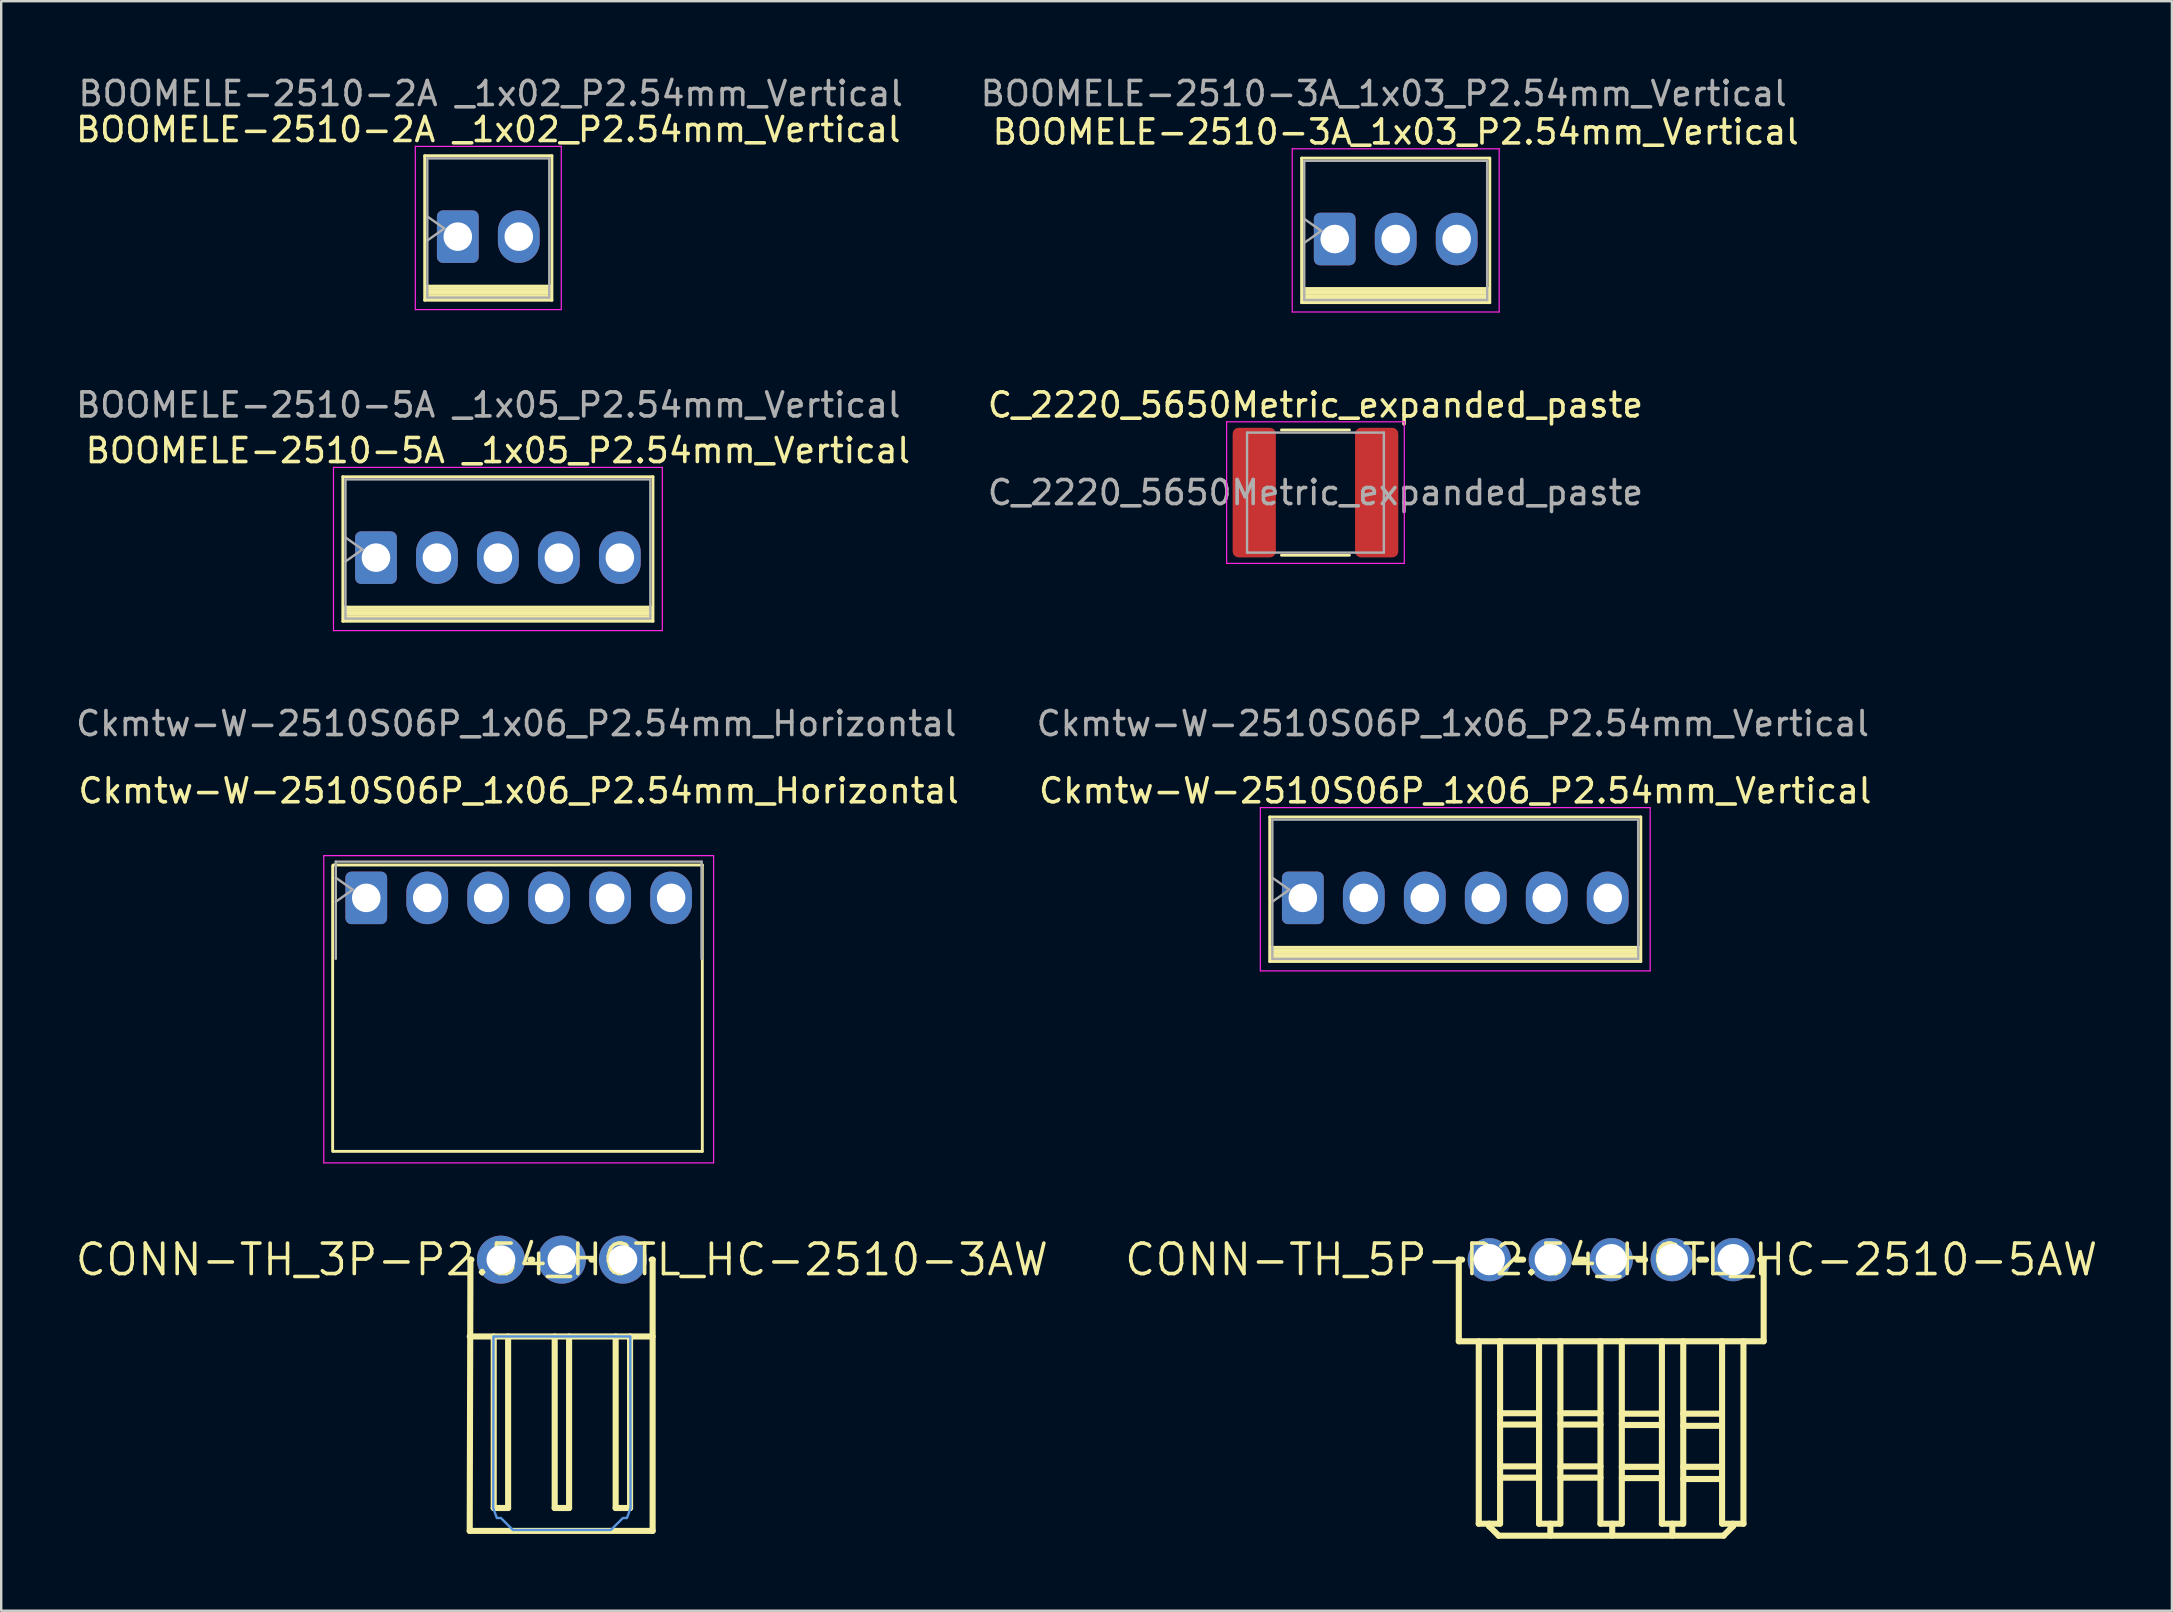
<source format=kicad_pcb>
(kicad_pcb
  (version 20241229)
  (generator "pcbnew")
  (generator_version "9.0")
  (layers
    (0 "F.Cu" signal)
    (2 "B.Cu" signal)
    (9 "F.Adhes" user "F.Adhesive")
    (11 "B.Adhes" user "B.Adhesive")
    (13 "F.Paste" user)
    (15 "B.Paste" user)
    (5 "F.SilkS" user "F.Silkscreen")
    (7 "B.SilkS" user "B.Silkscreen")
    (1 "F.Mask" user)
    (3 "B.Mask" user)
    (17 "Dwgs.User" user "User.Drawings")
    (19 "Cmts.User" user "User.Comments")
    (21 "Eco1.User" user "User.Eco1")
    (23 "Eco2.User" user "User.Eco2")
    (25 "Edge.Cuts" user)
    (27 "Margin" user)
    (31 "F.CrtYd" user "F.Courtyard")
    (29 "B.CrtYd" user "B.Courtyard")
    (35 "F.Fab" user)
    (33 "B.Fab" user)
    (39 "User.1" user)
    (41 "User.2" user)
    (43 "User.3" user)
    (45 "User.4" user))
  (footprint "BOOMELE-2510-2A _1x02_P2.54mm_Vertical"
    (layer "F.Cu")
    (at 16.022 6.468)
    (property "Reference" "BOOMELE-2510-2A _1x02_P2.54mm_Vertical" (at 1.27 -4.12 0) (layer "F.SilkS") (effects (font (size 1 1) (thickness 0.15))))
    (attr through_hole)
    (fp_line (start -1.38 -3.03) (end -1.38 2.99) (stroke (width 0.12) (type solid)) (layer "F.SilkS"))
    (fp_line (start -1.38 2.99) (end 3.92 2.99) (stroke (width 0.12) (type solid)) (layer "F.SilkS"))
    (fp_line (start -1.3 2.4) (end 3.9 2.4) (stroke (width 0.12) (type solid)) (layer "F.SilkS"))
    (fp_line (start -1.3 2.5) (end 3.9 2.5) (stroke (width 0.12) (type solid)) (layer "F.SilkS"))
    (fp_line (start -1.3 2.6) (end 3.9 2.6) (stroke (width 0.12) (type solid)) (layer "F.SilkS"))
    (fp_line (start -1.3 2.7) (end 3.9 2.7) (stroke (width 0.12) (type solid)) (layer "F.SilkS"))
    (fp_line (start -1.3 2.8) (end 3.9 2.8) (stroke (width 0.12) (type solid)) (layer "F.SilkS"))
    (fp_line (start -1.3 2.9) (end 3.9 2.9) (stroke (width 0.12) (type solid)) (layer "F.SilkS"))
    (fp_line (start 3.92 -3.03) (end -1.38 -3.03) (stroke (width 0.12) (type solid)) (layer "F.SilkS"))
    (fp_line (start 3.92 2.99) (end 3.92 -3.03) (stroke (width 0.12) (type solid)) (layer "F.SilkS"))
    (fp_line (start -1.77 -3.42) (end -1.77 3.38) (stroke (width 0.05) (type solid)) (layer "F.CrtYd"))
    (fp_line (start -1.77 3.38) (end 4.31 3.38) (stroke (width 0.05) (type solid)) (layer "F.CrtYd"))
    (fp_line (start 4.31 -3.42) (end -1.77 -3.42) (stroke (width 0.05) (type solid)) (layer "F.CrtYd"))
    (fp_line (start 4.31 3.38) (end 4.31 -3.42) (stroke (width 0.05) (type solid)) (layer "F.CrtYd"))
    (fp_line (start -1.27 -2.92) (end -1.27 2.88) (stroke (width 0.1) (type solid)) (layer "F.Fab"))
    (fp_line (start -1.27 -0.5) (end -0.563 0) (stroke (width 0.1) (type solid)) (layer "F.Fab"))
    (fp_line (start -1.27 2.88) (end 3.81 2.88) (stroke (width 0.1) (type solid)) (layer "F.Fab"))
    (fp_line (start -0.563 0) (end -1.27 0.5) (stroke (width 0.1) (type solid)) (layer "F.Fab"))
    (fp_line (start 3.81 -2.92) (end -1.27 -2.92) (stroke (width 0.1) (type solid)) (layer "F.Fab"))
    (fp_line (start 3.81 2.88) (end 3.81 -2.92) (stroke (width 0.1) (type solid)) (layer "F.Fab"))
    (fp_text user "${REFERENCE}" (at 1.37 -5.62 0) (layer "F.Fab") (effects (font (size 1 1) (thickness 0.15))))
    (pad "1" thru_hole roundrect (at 0 0.34) (size 1.74 2.19) (drill 1.19) (layers "*.Cu" "*.Mask") (roundrect_rratio 0.144))
    (pad "2" thru_hole oval (at 2.54 0.34) (size 1.74 2.19) (drill 1.19) (layers "*.Cu" "*.Mask")))
  (footprint "CONN-TH_5P-P2.54_HCTL_HC-2510-5AW"
    (layer "F.Cu")
    (at 64.073 49.426)
    (property "Reference" "CONN-TH_5P-P2.54_HCTL_HC-2510-5AW" (at 0 0 0) (layer "F.SilkS") (effects (font (size 1.27 1.27) (thickness 0.15))))
    (attr through_hole)
    (fp_line (start -6.35 0) (end -6.211 0) (stroke (width 0.254) (type solid)) (layer "F.SilkS"))
    (fp_line (start -6.35 3.4) (end -6.35 0) (stroke (width 0.254) (type solid)) (layer "F.SilkS"))
    (fp_line (start -5.522 11) (end -4.64 11) (stroke (width 0.254) (type solid)) (layer "F.SilkS"))
    (fp_line (start -5.518 3.4) (end -5.518 11) (stroke (width 0.254) (type solid)) (layer "F.SilkS"))
    (fp_line (start -5.083 11) (end -5.083 11.106) (stroke (width 0.254) (type solid)) (layer "F.SilkS"))
    (fp_line (start -5.083 11.106) (end -4.689 11.5) (stroke (width 0.254) (type solid)) (layer "F.SilkS"))
    (fp_line (start -4.689 11.5) (end 4.689 11.5) (stroke (width 0.254) (type solid)) (layer "F.SilkS"))
    (fp_line (start -4.63 3.4) (end -4.63 11) (stroke (width 0.254) (type solid)) (layer "F.SilkS"))
    (fp_line (start -4.63 6.398) (end -3.007 6.398) (stroke (width 0.254) (type solid)) (layer "F.SilkS"))
    (fp_line (start -4.63 6.87) (end -3.007 6.87) (stroke (width 0.254) (type solid)) (layer "F.SilkS"))
    (fp_line (start -4.63 8.612) (end -3.007 8.612) (stroke (width 0.254) (type solid)) (layer "F.SilkS"))
    (fp_line (start -4.63 9.083) (end -3.007 9.083) (stroke (width 0.254) (type solid)) (layer "F.SilkS"))
    (fp_line (start -3.949 0) (end -3.671 0) (stroke (width 0.254) (type solid)) (layer "F.SilkS"))
    (fp_line (start -3.01 11) (end -2.129 11) (stroke (width 0.254) (type solid)) (layer "F.SilkS"))
    (fp_line (start -3.007 3.4) (end -3.007 11) (stroke (width 0.254) (type solid)) (layer "F.SilkS"))
    (fp_line (start -2.535 11) (end -2.535 11.5) (stroke (width 0.254) (type solid)) (layer "F.SilkS"))
    (fp_line (start -2.118 3.4) (end -2.118 11) (stroke (width 0.254) (type solid)) (layer "F.SilkS"))
    (fp_line (start -2.118 6.398) (end -0.448 6.398) (stroke (width 0.254) (type solid)) (layer "F.SilkS"))
    (fp_line (start -2.118 6.87) (end -0.448 6.87) (stroke (width 0.254) (type solid)) (layer "F.SilkS"))
    (fp_line (start -2.118 8.612) (end -0.448 8.612) (stroke (width 0.254) (type solid)) (layer "F.SilkS"))
    (fp_line (start -2.118 9.083) (end -0.448 9.083) (stroke (width 0.254) (type solid)) (layer "F.SilkS"))
    (fp_line (start -1.409 0) (end -1.131 0) (stroke (width 0.254) (type solid)) (layer "F.SilkS"))
    (fp_line (start -0.451 11) (end 0.43 11) (stroke (width 0.254) (type solid)) (layer "F.SilkS"))
    (fp_line (start -0.448 3.4) (end -0.448 11) (stroke (width 0.254) (type solid)) (layer "F.SilkS"))
    (fp_line (start 0.041 11) (end 0.041 11.5) (stroke (width 0.254) (type solid)) (layer "F.SilkS"))
    (fp_line (start 0.441 3.4) (end 0.441 11) (stroke (width 0.254) (type solid)) (layer "F.SilkS"))
    (fp_line (start 0.441 6.416) (end 2.111 6.416) (stroke (width 0.254) (type solid)) (layer "F.SilkS"))
    (fp_line (start 0.441 6.888) (end 2.111 6.888) (stroke (width 0.254) (type solid)) (layer "F.SilkS"))
    (fp_line (start 0.441 8.63) (end 2.111 8.63) (stroke (width 0.254) (type solid)) (layer "F.SilkS"))
    (fp_line (start 0.441 9.101) (end 2.111 9.101) (stroke (width 0.254) (type solid)) (layer "F.SilkS"))
    (fp_line (start 1.131 0) (end 1.409 0) (stroke (width 0.254) (type solid)) (layer "F.SilkS"))
    (fp_line (start 2.108 11) (end 2.989 11) (stroke (width 0.254) (type solid)) (layer "F.SilkS"))
    (fp_line (start 2.111 3.4) (end 2.111 11) (stroke (width 0.254) (type solid)) (layer "F.SilkS"))
    (fp_line (start 2.545 11) (end 2.545 11.5) (stroke (width 0.254) (type solid)) (layer "F.SilkS"))
    (fp_line (start 3 3.4) (end 3 11) (stroke (width 0.254) (type solid)) (layer "F.SilkS"))
    (fp_line (start 3 6.416) (end 4.613 6.416) (stroke (width 0.254) (type solid)) (layer "F.SilkS"))
    (fp_line (start 3 6.924) (end 4.613 6.924) (stroke (width 0.254) (type solid)) (layer "F.SilkS"))
    (fp_line (start 3 8.63) (end 4.613 8.63) (stroke (width 0.254) (type solid)) (layer "F.SilkS"))
    (fp_line (start 3 9.138) (end 4.613 9.138) (stroke (width 0.254) (type solid)) (layer "F.SilkS"))
    (fp_line (start 3.671 0) (end 3.949 0) (stroke (width 0.254) (type solid)) (layer "F.SilkS"))
    (fp_line (start 4.618 3.4) (end 4.618 11) (stroke (width 0.254) (type solid)) (layer "F.SilkS"))
    (fp_line (start 5.071 11) (end 5.071 11.106) (stroke (width 0.254) (type solid)) (layer "F.SilkS"))
    (fp_line (start 5.071 11.106) (end 4.677 11.5) (stroke (width 0.254) (type solid)) (layer "F.SilkS"))
    (fp_line (start 5.507 3.4) (end 5.507 11) (stroke (width 0.254) (type solid)) (layer "F.SilkS"))
    (fp_line (start 5.51 11) (end 4.629 11) (stroke (width 0.254) (type solid)) (layer "F.SilkS"))
    (fp_line (start 6.211 0) (end 6.35 0) (stroke (width 0.254) (type solid)) (layer "F.SilkS"))
    (fp_line (start 6.35 0) (end 6.35 3.4) (stroke (width 0.254) (type solid)) (layer "F.SilkS"))
    (fp_line (start 6.35 3.4) (end -6.35 3.4) (stroke (width 0.254) (type solid)) (layer "F.SilkS"))
    (fp_text user "" (at 0 0 0) (layer "Cmts.User") (effects (font (size 1 1) (thickness 0.15))))
    (pad "1" thru_hole circle (at -5.08 0) (size 1.8 1.8) (drill 1.3) (layers "*.Cu" "*.Paste" "*.Mask"))
    (pad "2" thru_hole circle (at -2.54 0) (size 1.8 1.8) (drill 1.3) (layers "*.Cu" "*.Paste" "*.Mask"))
    (pad "3" thru_hole circle (at 0 0) (size 1.8 1.8) (drill 1.3) (layers "*.Cu" "*.Paste" "*.Mask"))
    (pad "4" thru_hole circle (at 2.54 0) (size 1.8 1.8) (drill 1.3) (layers "*.Cu" "*.Paste" "*.Mask"))
    (pad "5" thru_hole circle (at 5.08 0) (size 1.8 1.8) (drill 1.3) (layers "*.Cu" "*.Paste" "*.Mask")))
  (footprint "Ckmtw-W-2510S06P_1x06_P2.54mm_Vertical"
    (layer "F.Cu")
    (at 51.225 34.015)
    (property "Reference" "Ckmtw-W-2510S06P_1x06_P2.54mm_Vertical" (at 6.35 -4.12 0) (layer "F.SilkS") (effects (font (size 1 1) (thickness 0.15))))
    (attr through_hole)
    (fp_line (start -1.38 -3.03) (end -1.38 2.99) (stroke (width 0.12) (type solid)) (layer "F.SilkS"))
    (fp_line (start -1.38 2.99) (end 14.08 2.99) (stroke (width 0.12) (type solid)) (layer "F.SilkS"))
    (fp_line (start -1.36 2.4) (end 14 2.4) (stroke (width 0.12) (type solid)) (layer "F.SilkS"))
    (fp_line (start -1.36 2.5) (end 14 2.5) (stroke (width 0.12) (type solid)) (layer "F.SilkS"))
    (fp_line (start -1.36 2.6) (end 14 2.6) (stroke (width 0.12) (type solid)) (layer "F.SilkS"))
    (fp_line (start -1.36 2.7) (end 14 2.7) (stroke (width 0.12) (type solid)) (layer "F.SilkS"))
    (fp_line (start -1.36 2.8) (end 14 2.8) (stroke (width 0.12) (type solid)) (layer "F.SilkS"))
    (fp_line (start -1.36 2.9) (end 14 2.9) (stroke (width 0.12) (type solid)) (layer "F.SilkS"))
    (fp_line (start 14.08 -3.03) (end -1.38 -3.03) (stroke (width 0.12) (type solid)) (layer "F.SilkS"))
    (fp_line (start 14.08 2.99) (end 14.08 -3.03) (stroke (width 0.12) (type solid)) (layer "F.SilkS"))
    (fp_line (start -1.77 -3.42) (end -1.77 3.38) (stroke (width 0.05) (type solid)) (layer "F.CrtYd"))
    (fp_line (start -1.77 3.38) (end 14.47 3.38) (stroke (width 0.05) (type solid)) (layer "F.CrtYd"))
    (fp_line (start 14.47 -3.42) (end -1.77 -3.42) (stroke (width 0.05) (type solid)) (layer "F.CrtYd"))
    (fp_line (start 14.47 3.38) (end 14.47 -3.42) (stroke (width 0.05) (type solid)) (layer "F.CrtYd"))
    (fp_line (start -1.27 -2.92) (end -1.27 2.88) (stroke (width 0.1) (type solid)) (layer "F.Fab"))
    (fp_line (start -1.27 -0.5) (end -0.563 0) (stroke (width 0.1) (type solid)) (layer "F.Fab"))
    (fp_line (start -1.27 2.88) (end 13.97 2.88) (stroke (width 0.1) (type solid)) (layer "F.Fab"))
    (fp_line (start -0.563 0) (end -1.27 0.5) (stroke (width 0.1) (type solid)) (layer "F.Fab"))
    (fp_line (start 13.97 -2.92) (end -1.27 -2.92) (stroke (width 0.1) (type solid)) (layer "F.Fab"))
    (fp_line (start 13.97 2.88) (end 13.97 -2.92) (stroke (width 0.1) (type solid)) (layer "F.Fab"))
    (fp_text user "${REFERENCE}" (at 6.25 -6.92 0) (layer "F.Fab") (effects (font (size 1 1) (thickness 0.15))))
    (pad "1" thru_hole roundrect (at 0 0.34) (size 1.74 2.19) (drill 1.19) (layers "*.Cu" "*.Mask") (roundrect_rratio 0.144))
    (pad "2" thru_hole oval (at 2.54 0.34) (size 1.74 2.19) (drill 1.19) (layers "*.Cu" "*.Mask"))
    (pad "3" thru_hole oval (at 5.08 0.34) (size 1.74 2.19) (drill 1.19) (layers "*.Cu" "*.Mask"))
    (pad "4" thru_hole oval (at 7.62 0.34) (size 1.74 2.19) (drill 1.19) (layers "*.Cu" "*.Mask"))
    (pad "5" thru_hole oval (at 10.16 0.34) (size 1.74 2.19) (drill 1.19) (layers "*.Cu" "*.Mask"))
    (pad "6" thru_hole oval (at 12.7 0.34) (size 1.74 2.19) (drill 1.19) (layers "*.Cu" "*.Mask")))
  (footprint "BOOMELE-2510-5A _1x05_P2.54mm_Vertical"
    (layer "F.Cu")
    (at 12.612 19.841)
    (property "Reference" "BOOMELE-2510-5A _1x05_P2.54mm_Vertical" (at 5.08 -4.12 0) (layer "F.SilkS") (effects (font (size 1 1) (thickness 0.15))))
    (attr through_hole)
    (fp_line (start -1.38 -3.03) (end -1.38 2.99) (stroke (width 0.12) (type solid)) (layer "F.SilkS"))
    (fp_line (start -1.38 2.99) (end 11.54 2.99) (stroke (width 0.12) (type solid)) (layer "F.SilkS"))
    (fp_line (start -1.36 2.4) (end 11.5 2.4) (stroke (width 0.12) (type solid)) (layer "F.SilkS"))
    (fp_line (start -1.36 2.5) (end 11.5 2.5) (stroke (width 0.12) (type solid)) (layer "F.SilkS"))
    (fp_line (start -1.36 2.6) (end 11.5 2.6) (stroke (width 0.12) (type solid)) (layer "F.SilkS"))
    (fp_line (start -1.36 2.7) (end 11.5 2.7) (stroke (width 0.12) (type solid)) (layer "F.SilkS"))
    (fp_line (start -1.36 2.8) (end 11.5 2.8) (stroke (width 0.12) (type solid)) (layer "F.SilkS"))
    (fp_line (start -1.36 2.9) (end 11.5 2.9) (stroke (width 0.12) (type solid)) (layer "F.SilkS"))
    (fp_line (start 11.54 -3.03) (end -1.38 -3.03) (stroke (width 0.12) (type solid)) (layer "F.SilkS"))
    (fp_line (start 11.54 2.99) (end 11.54 -3.03) (stroke (width 0.12) (type solid)) (layer "F.SilkS"))
    (fp_line (start -1.77 -3.42) (end -1.77 3.38) (stroke (width 0.05) (type solid)) (layer "F.CrtYd"))
    (fp_line (start -1.77 3.38) (end 11.93 3.38) (stroke (width 0.05) (type solid)) (layer "F.CrtYd"))
    (fp_line (start 11.93 -3.42) (end -1.77 -3.42) (stroke (width 0.05) (type solid)) (layer "F.CrtYd"))
    (fp_line (start 11.93 3.38) (end 11.93 -3.42) (stroke (width 0.05) (type solid)) (layer "F.CrtYd"))
    (fp_line (start -1.27 -2.92) (end -1.27 2.88) (stroke (width 0.1) (type solid)) (layer "F.Fab"))
    (fp_line (start -1.27 -0.5) (end -0.563 0) (stroke (width 0.1) (type solid)) (layer "F.Fab"))
    (fp_line (start -1.27 2.88) (end 11.43 2.88) (stroke (width 0.1) (type solid)) (layer "F.Fab"))
    (fp_line (start -0.563 0) (end -1.27 0.5) (stroke (width 0.1) (type solid)) (layer "F.Fab"))
    (fp_line (start 11.43 -2.92) (end -1.27 -2.92) (stroke (width 0.1) (type solid)) (layer "F.Fab"))
    (fp_line (start 11.43 2.88) (end 11.43 -2.92) (stroke (width 0.1) (type solid)) (layer "F.Fab"))
    (fp_text user "${REFERENCE}" (at 4.68 -6.02 0) (layer "F.Fab") (effects (font (size 1 1) (thickness 0.15))))
    (pad "1" thru_hole roundrect (at 0 0.34) (size 1.74 2.19) (drill 1.19) (layers "*.Cu" "*.Mask") (roundrect_rratio 0.144))
    (pad "2" thru_hole oval (at 2.54 0.34) (size 1.74 2.19) (drill 1.19) (layers "*.Cu" "*.Mask"))
    (pad "3" thru_hole oval (at 5.08 0.34) (size 1.74 2.19) (drill 1.19) (layers "*.Cu" "*.Mask"))
    (pad "4" thru_hole oval (at 7.62 0.34) (size 1.74 2.19) (drill 1.19) (layers "*.Cu" "*.Mask"))
    (pad "5" thru_hole oval (at 10.16 0.34) (size 1.74 2.19) (drill 1.19) (layers "*.Cu" "*.Mask")))
  (footprint "CONN-TH_3P-P2.54_HCTL_HC-2510-3AW"
    (layer "F.Cu")
    (at 20.358 49.426)
    (property "Reference" "CONN-TH_3P-P2.54_HCTL_HC-2510-3AW" (at 0 0 0) (layer "F.SilkS") (effects (font (size 1.27 1.27) (thickness 0.15))))
    (attr through_hole)
    (fp_line (start -3.84 11.3) (end 3.78 11.3) (stroke (width 0.254) (type solid)) (layer "F.SilkS"))
    (fp_line (start -3.81 0) (end -3.84 11.3) (stroke (width 0.254) (type solid)) (layer "F.SilkS"))
    (fp_line (start -3.81 0) (end -3.771 0) (stroke (width 0.254) (type solid)) (layer "F.SilkS"))
    (fp_line (start -2.84 10.346) (end -2.84 3.2) (stroke (width 0.254) (type solid)) (layer "F.SilkS"))
    (fp_line (start -2.24 10.346) (end -2.84 10.346) (stroke (width 0.254) (type solid)) (layer "F.SilkS"))
    (fp_line (start -2.24 10.346) (end -2.24 3.2) (stroke (width 0.254) (type solid)) (layer "F.SilkS"))
    (fp_line (start -1.309 0) (end -1.231 0) (stroke (width 0.254) (type solid)) (layer "F.SilkS"))
    (fp_line (start -0.3 10.346) (end -0.3 3.2) (stroke (width 0.254) (type solid)) (layer "F.SilkS"))
    (fp_line (start 0.3 10.346) (end -0.3 10.346) (stroke (width 0.254) (type solid)) (layer "F.SilkS"))
    (fp_line (start 0.3 10.346) (end 0.3 3.2) (stroke (width 0.254) (type solid)) (layer "F.SilkS"))
    (fp_line (start 1.231 0) (end 1.309 0) (stroke (width 0.254) (type solid)) (layer "F.SilkS"))
    (fp_line (start 2.24 10.346) (end 2.24 3.2) (stroke (width 0.254) (type solid)) (layer "F.SilkS"))
    (fp_line (start 2.84 10.346) (end 2.24 10.346) (stroke (width 0.254) (type solid)) (layer "F.SilkS"))
    (fp_line (start 2.84 10.346) (end 2.84 3.2) (stroke (width 0.254) (type solid)) (layer "F.SilkS"))
    (fp_line (start 3.741 0) (end 3.78 0) (stroke (width 0.254) (type solid)) (layer "F.SilkS"))
    (fp_line (start 3.78 0) (end 3.78 11.3) (stroke (width 0.254) (type solid)) (layer "F.SilkS"))
    (fp_line (start 3.78 3.2) (end -3.84 3.2) (stroke (width 0.254) (type solid)) (layer "F.SilkS"))
    (fp_poly (pts (xy -2.85 3.2) (xy -2.86 10.354) (xy -2.71 10.762) (xy -2.539 10.763) (xy -2.04 11.263) (xy 2.04 11.263) (xy 2.54 10.763) (xy 2.71 10.763) (xy 2.86 10.353) (xy 2.85 3.2)) (stroke (width 0.1) (type solid)) (fill no) (layer "Cmts.User"))
    (fp_text user "" (at 0 0 0) (layer "Cmts.User") (effects (font (size 1 1) (thickness 0.15))))
    (pad "1" thru_hole circle (at -2.54 0) (size 2 2) (drill 1.2) (layers "*.Cu" "*.Paste" "*.Mask"))
    (pad "2" thru_hole circle (at 0 0) (size 2 2) (drill 1.2) (layers "*.Cu" "*.Paste" "*.Mask"))
    (pad "3" thru_hole circle (at 2.54 0) (size 2 2) (drill 1.2) (layers "*.Cu" "*.Paste" "*.Mask")))
  (footprint "C_2220_5650Metric_expanded_paste"
    (layer "F.Cu")
    (at 51.751 17.471)
    (property "Reference" "C_2220_5650Metric_expanded_paste" (at 0 -3.65 0) (layer "F.SilkS") (effects (font (size 1 1) (thickness 0.15))))
    (attr smd)
    (fp_line (start -1.416 -2.61) (end 1.416 -2.61) (stroke (width 0.12) (type solid)) (layer "F.SilkS"))
    (fp_line (start -1.416 2.61) (end 1.416 2.61) (stroke (width 0.12) (type solid)) (layer "F.SilkS"))
    (fp_line (start -3.7 -2.95) (end 3.7 -2.95) (stroke (width 0.05) (type solid)) (layer "F.CrtYd"))
    (fp_line (start -3.7 2.95) (end -3.7 -2.95) (stroke (width 0.05) (type solid)) (layer "F.CrtYd"))
    (fp_line (start 3.7 -2.95) (end 3.7 2.95) (stroke (width 0.05) (type solid)) (layer "F.CrtYd"))
    (fp_line (start 3.7 2.95) (end -3.7 2.95) (stroke (width 0.05) (type solid)) (layer "F.CrtYd"))
    (fp_line (start -2.85 -2.5) (end 2.85 -2.5) (stroke (width 0.1) (type solid)) (layer "F.Fab"))
    (fp_line (start -2.85 2.5) (end -2.85 -2.5) (stroke (width 0.1) (type solid)) (layer "F.Fab"))
    (fp_line (start 2.85 -2.5) (end 2.85 2.5) (stroke (width 0.1) (type solid)) (layer "F.Fab"))
    (fp_line (start 2.85 2.5) (end -2.85 2.5) (stroke (width 0.1) (type solid)) (layer "F.Fab"))
    (fp_text user "${REFERENCE}" (at 0 0 0) (layer "F.Fab") (effects (font (size 1 1) (thickness 0.15))))
    (pad "1" smd roundrect (at -2.55 0) (size 1.8 5.4) (layers "F.Cu" "F.Mask" "F.Paste") (roundrect_rratio 0.139))
    (pad "2" smd roundrect (at 2.55 0) (size 1.8 5.4) (layers "F.Cu" "F.Mask" "F.Paste") (roundrect_rratio 0.139)))
  (footprint "BOOMELE-2510-3A_1x03_P2.54mm_Vertical"
    (layer "F.Cu")
    (at 52.554 6.568)
    (property "Reference" "BOOMELE-2510-3A_1x03_P2.54mm_Vertical" (at 2.54 -4.12 0) (layer "F.SilkS") (effects (font (size 1 1) (thickness 0.15))))
    (attr through_hole)
    (fp_line (start -1.38 -3.03) (end -1.38 2.99) (stroke (width 0.12) (type solid)) (layer "F.SilkS"))
    (fp_line (start -1.38 2.99) (end 6.46 2.99) (stroke (width 0.12) (type solid)) (layer "F.SilkS"))
    (fp_line (start -1.3 2.4) (end 6.4 2.4) (stroke (width 0.12) (type solid)) (layer "F.SilkS"))
    (fp_line (start -1.3 2.5) (end 6.4 2.5) (stroke (width 0.12) (type solid)) (layer "F.SilkS"))
    (fp_line (start -1.3 2.6) (end 6.4 2.6) (stroke (width 0.12) (type solid)) (layer "F.SilkS"))
    (fp_line (start -1.3 2.7) (end 6.4 2.7) (stroke (width 0.12) (type solid)) (layer "F.SilkS"))
    (fp_line (start -1.3 2.8) (end 6.4 2.8) (stroke (width 0.12) (type solid)) (layer "F.SilkS"))
    (fp_line (start -1.3 2.9) (end 6.4 2.9) (stroke (width 0.12) (type solid)) (layer "F.SilkS"))
    (fp_line (start 6.46 -3.03) (end -1.38 -3.03) (stroke (width 0.12) (type solid)) (layer "F.SilkS"))
    (fp_line (start 6.46 2.99) (end 6.46 -3.03) (stroke (width 0.12) (type solid)) (layer "F.SilkS"))
    (fp_line (start -1.77 -3.42) (end -1.77 3.38) (stroke (width 0.05) (type solid)) (layer "F.CrtYd"))
    (fp_line (start -1.77 3.38) (end 6.85 3.38) (stroke (width 0.05) (type solid)) (layer "F.CrtYd"))
    (fp_line (start 6.85 -3.42) (end -1.77 -3.42) (stroke (width 0.05) (type solid)) (layer "F.CrtYd"))
    (fp_line (start 6.85 3.38) (end 6.85 -3.42) (stroke (width 0.05) (type solid)) (layer "F.CrtYd"))
    (fp_line (start -1.27 -2.92) (end -1.27 2.88) (stroke (width 0.1) (type solid)) (layer "F.Fab"))
    (fp_line (start -1.27 -0.5) (end -0.563 0) (stroke (width 0.1) (type solid)) (layer "F.Fab"))
    (fp_line (start -1.27 2.88) (end 6.35 2.88) (stroke (width 0.1) (type solid)) (layer "F.Fab"))
    (fp_line (start -0.563 0) (end -1.27 0.5) (stroke (width 0.1) (type solid)) (layer "F.Fab"))
    (fp_line (start 6.35 -2.92) (end -1.27 -2.92) (stroke (width 0.1) (type solid)) (layer "F.Fab"))
    (fp_line (start 6.35 2.88) (end 6.35 -2.92) (stroke (width 0.1) (type solid)) (layer "F.Fab"))
    (fp_text user "${REFERENCE}" (at 2.04 -5.72 0) (layer "F.Fab") (effects (font (size 1 1) (thickness 0.15))))
    (pad "1" thru_hole roundrect (at 0 0.34) (size 1.74 2.19) (drill 1.19) (layers "*.Cu" "*.Mask") (roundrect_rratio 0.144))
    (pad "2" thru_hole oval (at 2.54 0.34) (size 1.74 2.19) (drill 1.19) (layers "*.Cu" "*.Mask"))
    (pad "3" thru_hole oval (at 5.08 0.34) (size 1.74 2.19) (drill 1.19) (layers "*.Cu" "*.Mask")))
  (footprint "Ckmtw-W-2510S06P_1x06_P2.54mm_Horizontal"
    (layer "F.Cu")
    (at 12.208 34.015)
    (property "Reference" "Ckmtw-W-2510S06P_1x06_P2.54mm_Horizontal" (at 6.35 -4.12 0) (layer "F.SilkS") (effects (font (size 1 1) (thickness 0.15))))
    (attr through_hole)
    (fp_line (start -1.4 -1) (end -1.4 10.9) (stroke (width 0.12) (type solid)) (layer "F.SilkS"))
    (fp_line (start -1.36 10.9) (end 14 10.9) (stroke (width 0.12) (type solid)) (layer "F.SilkS"))
    (fp_line (start 14 -1.03) (end -1.38 -1.03) (stroke (width 0.12) (type solid)) (layer "F.SilkS"))
    (fp_line (start 14 10.9) (end 14 -1.03) (stroke (width 0.12) (type solid)) (layer "F.SilkS"))
    (fp_line (start -1.77 -1.42) (end -1.77 11.38) (stroke (width 0.05) (type solid)) (layer "F.CrtYd"))
    (fp_line (start -1.77 11.38) (end 14.47 11.38) (stroke (width 0.05) (type solid)) (layer "F.CrtYd"))
    (fp_line (start 14.47 -1.42) (end -1.77 -1.42) (stroke (width 0.05) (type solid)) (layer "F.CrtYd"))
    (fp_line (start 14.47 11.38) (end 14.47 -1.42) (stroke (width 0.05) (type solid)) (layer "F.CrtYd"))
    (fp_line (start -1.27 -1.17) (end -1.27 2.88) (stroke (width 0.1) (type solid)) (layer "F.Fab"))
    (fp_line (start -1.27 -0.5) (end -0.563 0) (stroke (width 0.1) (type solid)) (layer "F.Fab"))
    (fp_line (start -0.563 0) (end -1.27 0.5) (stroke (width 0.1) (type solid)) (layer "F.Fab"))
    (fp_line (start 13.97 -1.17) (end -1.27 -1.17) (stroke (width 0.1) (type solid)) (layer "F.Fab"))
    (fp_line (start 13.97 2.88) (end 13.97 -1.17) (stroke (width 0.1) (type solid)) (layer "F.Fab"))
    (fp_text user "${REFERENCE}" (at 6.25 -6.92 0) (layer "F.Fab") (effects (font (size 1 1) (thickness 0.15))))
    (pad "1" thru_hole roundrect (at 0 0.34) (size 1.74 2.19) (drill 1.19) (layers "*.Cu" "*.Mask") (roundrect_rratio 0.144))
    (pad "2" thru_hole oval (at 2.54 0.34) (size 1.74 2.19) (drill 1.19) (layers "*.Cu" "*.Mask"))
    (pad "3" thru_hole oval (at 5.08 0.34) (size 1.74 2.19) (drill 1.19) (layers "*.Cu" "*.Mask"))
    (pad "4" thru_hole oval (at 7.62 0.34) (size 1.74 2.19) (drill 1.19) (layers "*.Cu" "*.Mask"))
    (pad "5" thru_hole oval (at 10.16 0.34) (size 1.74 2.19) (drill 1.19) (layers "*.Cu" "*.Mask"))
    (pad "6" thru_hole oval (at 12.7 0.34) (size 1.74 2.19) (drill 1.19) (layers "*.Cu" "*.Mask")))
  (gr_rect
    (start -3 -3)
    (end 87.43 64.053)
    (stroke (width 0.1) (type default))
    (fill no)
    (layer "Edge.Cuts")))
</source>
